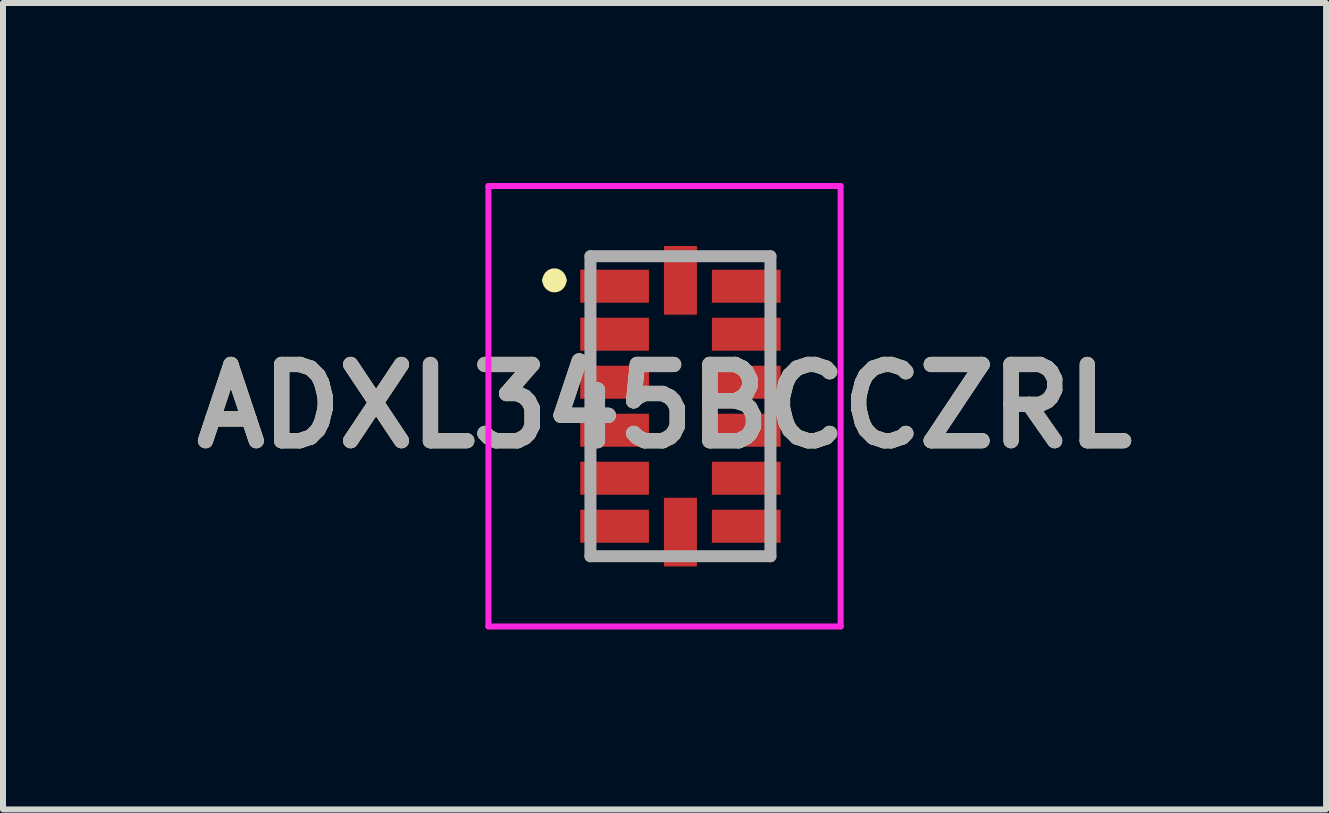
<source format=kicad_pcb>
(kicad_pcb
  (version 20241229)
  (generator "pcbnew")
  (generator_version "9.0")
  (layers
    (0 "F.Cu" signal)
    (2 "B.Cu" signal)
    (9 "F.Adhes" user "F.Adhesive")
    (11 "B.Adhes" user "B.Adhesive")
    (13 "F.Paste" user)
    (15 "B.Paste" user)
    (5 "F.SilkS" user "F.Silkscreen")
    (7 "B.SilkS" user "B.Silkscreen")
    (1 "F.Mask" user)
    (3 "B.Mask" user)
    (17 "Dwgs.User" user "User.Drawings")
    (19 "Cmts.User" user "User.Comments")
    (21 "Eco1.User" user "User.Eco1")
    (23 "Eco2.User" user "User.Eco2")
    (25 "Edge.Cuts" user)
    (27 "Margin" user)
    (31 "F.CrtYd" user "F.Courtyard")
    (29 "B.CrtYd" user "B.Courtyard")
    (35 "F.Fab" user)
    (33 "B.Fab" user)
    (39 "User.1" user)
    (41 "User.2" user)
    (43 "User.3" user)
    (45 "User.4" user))
  (footprint "ADXL345BCCZRL"
    (layer "F.Cu")
    (at 8.29 3.72)
    (property "Reference" "ADXL345BCCZRL" (at -0.265 0 0) (layer "F.SilkS") (effects (font (size 1.27 1.27) (thickness 0.254))))
    (attr smd)
    (fp_line (start -2.2 -2.098) (end -2.2 -2.098) (stroke (width 0.2) (type solid)) (layer "F.SilkS"))
    (fp_line (start -2 -2.098) (end -2 -2.098) (stroke (width 0.2) (type solid)) (layer "F.SilkS"))
    (fp_arc (start -2.2 -2.097) (mid -2.1005 -2.1975) (end -2 -2.098) (stroke (width 0.2) (type solid)) (layer "F.SilkS"))
    (fp_arc (start -2 -2.097) (mid -2.1005 -1.9975) (end -2.2 -2.098) (stroke (width 0.2) (type solid)) (layer "F.SilkS"))
    (fp_line (start -3.2 -3.67) (end 2.67 -3.67) (stroke (width 0.1) (type solid)) (layer "F.CrtYd"))
    (fp_line (start -3.2 3.67) (end -3.2 -3.67) (stroke (width 0.1) (type solid)) (layer "F.CrtYd"))
    (fp_line (start 2.67 -3.67) (end 2.67 3.67) (stroke (width 0.1) (type solid)) (layer "F.CrtYd"))
    (fp_line (start 2.67 3.67) (end -3.2 3.67) (stroke (width 0.1) (type solid)) (layer "F.CrtYd"))
    (fp_line (start -1.5 -2.5) (end 1.5 -2.5) (stroke (width 0.2) (type solid)) (layer "F.Fab"))
    (fp_line (start -1.5 2.5) (end -1.5 -2.5) (stroke (width 0.2) (type solid)) (layer "F.Fab"))
    (fp_line (start 1.5 -2.5) (end 1.5 2.5) (stroke (width 0.2) (type solid)) (layer "F.Fab"))
    (fp_line (start 1.5 2.5) (end -1.5 2.5) (stroke (width 0.2) (type solid)) (layer "F.Fab"))
    (fp_text user "${REFERENCE}" (at -0.265 0 0) (layer "F.Fab") (effects (font (size 1.27 1.27) (thickness 0.254))))
    (pad "1" smd rect (at -1.097 -2 90) (size 0.55 1.145) (layers "F.Cu" "F.Mask" "F.Paste"))
    (pad "2" smd rect (at -1.097 -1.2 90) (size 0.55 1.145) (layers "F.Cu" "F.Mask" "F.Paste"))
    (pad "3" smd rect (at -1.097 -0.4 90) (size 0.55 1.145) (layers "F.Cu" "F.Mask" "F.Paste"))
    (pad "4" smd rect (at -1.097 0.4 90) (size 0.55 1.145) (layers "F.Cu" "F.Mask" "F.Paste"))
    (pad "5" smd rect (at -1.097 1.2 90) (size 0.55 1.145) (layers "F.Cu" "F.Mask" "F.Paste"))
    (pad "6" smd rect (at -1.097 2 90) (size 0.55 1.145) (layers "F.Cu" "F.Mask" "F.Paste"))
    (pad "7" smd rect (at 0 2.098) (size 0.55 1.145) (layers "F.Cu" "F.Mask" "F.Paste"))
    (pad "8" smd rect (at 1.097 2 90) (size 0.55 1.145) (layers "F.Cu" "F.Mask" "F.Paste"))
    (pad "9" smd rect (at 1.097 1.2 90) (size 0.55 1.145) (layers "F.Cu" "F.Mask" "F.Paste"))
    (pad "10" smd rect (at 1.097 0.4 90) (size 0.55 1.145) (layers "F.Cu" "F.Mask" "F.Paste"))
    (pad "11" smd rect (at 1.097 -0.4 90) (size 0.55 1.145) (layers "F.Cu" "F.Mask" "F.Paste"))
    (pad "12" smd rect (at 1.097 -1.2 90) (size 0.55 1.145) (layers "F.Cu" "F.Mask" "F.Paste"))
    (pad "13" smd rect (at 1.097 -2 90) (size 0.55 1.145) (layers "F.Cu" "F.Mask" "F.Paste"))
    (pad "14" smd rect (at 0 -2.098) (size 0.55 1.145) (layers "F.Cu" "F.Mask" "F.Paste")))
  (gr_rect
    (start -3 -3)
    (end 19.05 10.44)
    (stroke (width 0.1) (type default))
    (fill no)
    (layer "Edge.Cuts")))
</source>
